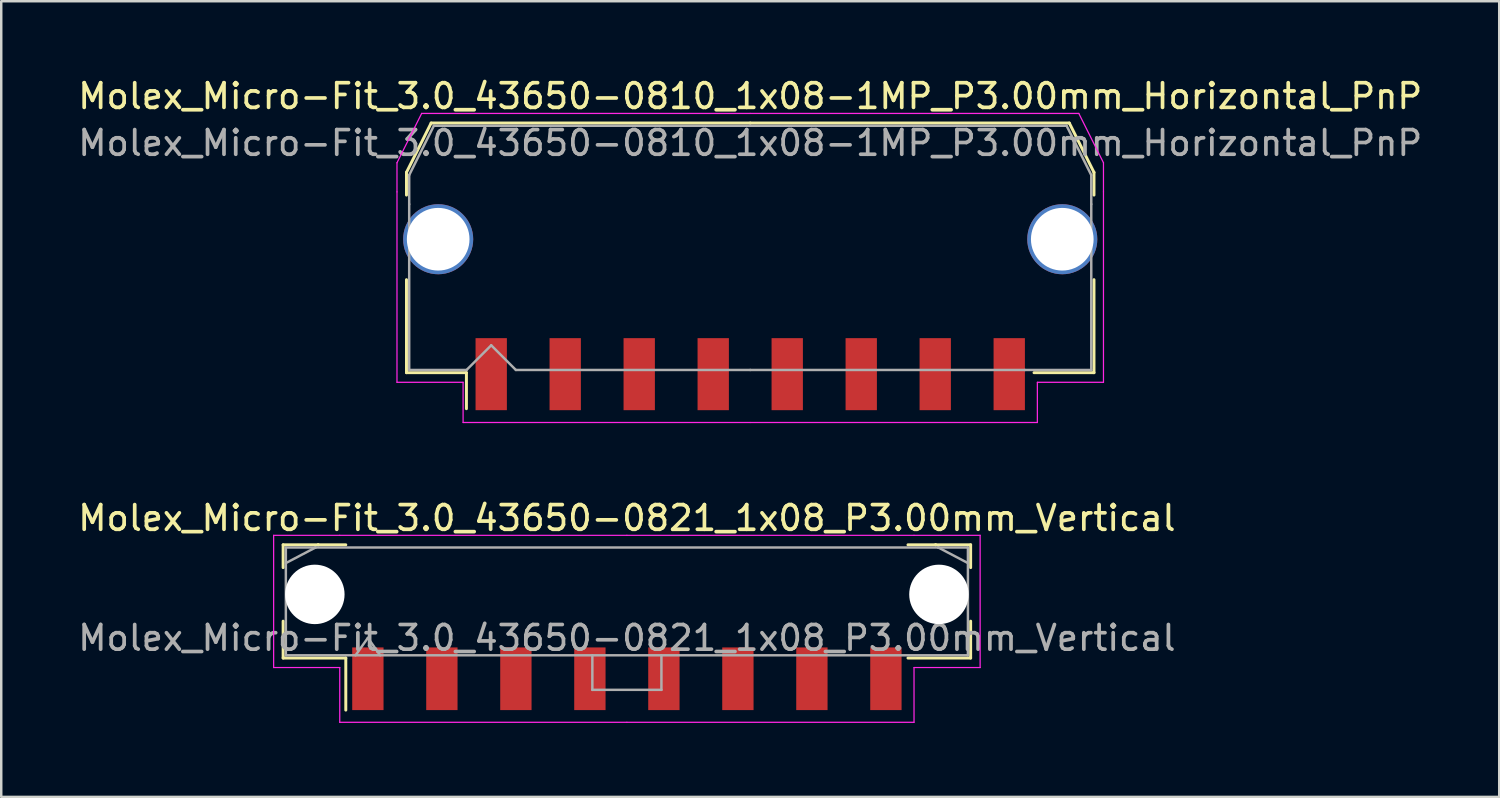
<source format=kicad_pcb>
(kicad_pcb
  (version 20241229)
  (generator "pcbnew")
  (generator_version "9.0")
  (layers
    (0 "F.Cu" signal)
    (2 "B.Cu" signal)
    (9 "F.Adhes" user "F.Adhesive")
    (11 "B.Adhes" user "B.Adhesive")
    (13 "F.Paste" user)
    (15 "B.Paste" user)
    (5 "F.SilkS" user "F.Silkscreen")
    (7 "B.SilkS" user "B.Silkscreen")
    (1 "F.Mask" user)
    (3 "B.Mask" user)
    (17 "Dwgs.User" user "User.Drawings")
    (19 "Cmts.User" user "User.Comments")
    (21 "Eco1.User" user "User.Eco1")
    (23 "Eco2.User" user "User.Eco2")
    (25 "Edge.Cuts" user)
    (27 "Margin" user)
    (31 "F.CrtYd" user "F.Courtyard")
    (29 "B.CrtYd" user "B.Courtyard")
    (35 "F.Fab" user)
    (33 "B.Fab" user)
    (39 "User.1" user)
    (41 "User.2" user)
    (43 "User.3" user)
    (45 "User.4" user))
  (footprint "Molex_Micro-Fit_3.0_43650-0810_1x08-1MP_P3.00mm_Horizontal_PnP"
    (layer "F.Cu")
    (at 27.363 6.998)
    (property "Reference" "Molex_Micro-Fit_3.0_43650-0810_1x08-1MP_P3.00mm_Horizontal_PnP" (at 0 -6.15 0) (layer "F.SilkS") (effects (font (size 1 1) (thickness 0.15))))
    (attr smd)
    (fp_line (start -13.935 -3.06) (end -13.935 -2.14) (stroke (width 0.12) (type solid)) (layer "F.SilkS"))
    (fp_line (start -13.935 1.29) (end -13.935 5.06) (stroke (width 0.12) (type solid)) (layer "F.SilkS"))
    (fp_line (start -13.935 5.06) (end -11.505 5.06) (stroke (width 0.12) (type solid)) (layer "F.SilkS"))
    (fp_line (start -12.935 -5.06) (end -13.935 -3.06) (stroke (width 0.12) (type solid)) (layer "F.SilkS"))
    (fp_line (start -11.505 5.06) (end -11.505 6.52) (stroke (width 0.12) (type solid)) (layer "F.SilkS"))
    (fp_line (start 0 -5.06) (end -12.935 -5.06) (stroke (width 0.12) (type solid)) (layer "F.SilkS"))
    (fp_line (start 0 -5.06) (end 12.935 -5.06) (stroke (width 0.12) (type solid)) (layer "F.SilkS"))
    (fp_line (start 12.935 -5.06) (end 13.935 -3.06) (stroke (width 0.12) (type solid)) (layer "F.SilkS"))
    (fp_line (start 13.935 -3.06) (end 13.935 -2.14) (stroke (width 0.12) (type solid)) (layer "F.SilkS"))
    (fp_line (start 13.935 1.29) (end 13.935 5.06) (stroke (width 0.12) (type solid)) (layer "F.SilkS"))
    (fp_line (start 13.935 5.06) (end 11.505 5.06) (stroke (width 0.12) (type solid)) (layer "F.SilkS"))
    (fp_line (start -14.32 -3.45) (end -14.32 -2.27) (stroke (width 0.05) (type solid)) (layer "F.CrtYd"))
    (fp_line (start -14.32 -2.27) (end -14.32 5.45) (stroke (width 0.05) (type solid)) (layer "F.CrtYd"))
    (fp_line (start -14.32 5.45) (end -11.64 5.45) (stroke (width 0.05) (type solid)) (layer "F.CrtYd"))
    (fp_line (start -13.32 -5.45) (end -14.32 -3.45) (stroke (width 0.05) (type solid)) (layer "F.CrtYd"))
    (fp_line (start -11.64 5.45) (end -11.64 7.08) (stroke (width 0.05) (type solid)) (layer "F.CrtYd"))
    (fp_line (start -11.64 7.08) (end 0 7.08) (stroke (width 0.05) (type solid)) (layer "F.CrtYd"))
    (fp_line (start 0 -5.45) (end -13.32 -5.45) (stroke (width 0.05) (type solid)) (layer "F.CrtYd"))
    (fp_line (start 0 -5.45) (end 13.32 -5.45) (stroke (width 0.05) (type solid)) (layer "F.CrtYd"))
    (fp_line (start 11.64 5.45) (end 11.64 7.08) (stroke (width 0.05) (type solid)) (layer "F.CrtYd"))
    (fp_line (start 11.64 7.08) (end 0 7.08) (stroke (width 0.05) (type solid)) (layer "F.CrtYd"))
    (fp_line (start 13.32 -5.45) (end 14.32 -3.45) (stroke (width 0.05) (type solid)) (layer "F.CrtYd"))
    (fp_line (start 14.32 -3.45) (end 14.32 -2.27) (stroke (width 0.05) (type solid)) (layer "F.CrtYd"))
    (fp_line (start 14.32 -2.27) (end 14.32 5.45) (stroke (width 0.05) (type solid)) (layer "F.CrtYd"))
    (fp_line (start 14.32 5.45) (end 11.64 5.45) (stroke (width 0.05) (type solid)) (layer "F.CrtYd"))
    (fp_line (start -13.825 -2.95) (end -13.825 -1.77) (stroke (width 0.1) (type solid)) (layer "F.Fab"))
    (fp_line (start -13.825 -1.77) (end -13.825 4.95) (stroke (width 0.1) (type solid)) (layer "F.Fab"))
    (fp_line (start -13.825 4.95) (end -11.5 4.95) (stroke (width 0.1) (type solid)) (layer "F.Fab"))
    (fp_line (start -12.825 -4.95) (end -13.825 -2.95) (stroke (width 0.1) (type solid)) (layer "F.Fab"))
    (fp_line (start -11.5 4.95) (end -10.5 3.95) (stroke (width 0.1) (type solid)) (layer "F.Fab"))
    (fp_line (start -10.5 3.95) (end -9.5 4.95) (stroke (width 0.1) (type solid)) (layer "F.Fab"))
    (fp_line (start -9.5 4.95) (end 0 4.95) (stroke (width 0.1) (type solid)) (layer "F.Fab"))
    (fp_line (start 0 -4.95) (end -12.825 -4.95) (stroke (width 0.1) (type solid)) (layer "F.Fab"))
    (fp_line (start 0 -4.95) (end 12.825 -4.95) (stroke (width 0.1) (type solid)) (layer "F.Fab"))
    (fp_line (start 11.135 4.95) (end 0 4.95) (stroke (width 0.1) (type solid)) (layer "F.Fab"))
    (fp_line (start 12.825 -4.95) (end 13.825 -2.95) (stroke (width 0.1) (type solid)) (layer "F.Fab"))
    (fp_line (start 13.825 -2.95) (end 13.825 -1.77) (stroke (width 0.1) (type solid)) (layer "F.Fab"))
    (fp_line (start 13.825 -1.77) (end 13.825 4.95) (stroke (width 0.1) (type solid)) (layer "F.Fab"))
    (fp_line (start 13.825 4.95) (end 11.135 4.95) (stroke (width 0.1) (type solid)) (layer "F.Fab"))
    (fp_text user "${REFERENCE}" (at 0 -4.25 0) (layer "F.Fab") (effects (font (size 1 1) (thickness 0.15))))
    (pad "1" smd rect (at -10.5 5.12) (size 1.27 2.92) (layers "F.Cu" "F.Mask" "F.Paste"))
    (pad "2" smd rect (at -7.5 5.12) (size 1.27 2.92) (layers "F.Cu" "F.Mask" "F.Paste"))
    (pad "3" smd rect (at -4.5 5.12) (size 1.27 2.92) (layers "F.Cu" "F.Mask" "F.Paste"))
    (pad "4" smd rect (at -1.5 5.12) (size 1.27 2.92) (layers "F.Cu" "F.Mask" "F.Paste"))
    (pad "5" smd rect (at 1.5 5.12) (size 1.27 2.92) (layers "F.Cu" "F.Mask" "F.Paste"))
    (pad "6" smd rect (at 4.5 5.12) (size 1.27 2.92) (layers "F.Cu" "F.Mask" "F.Paste"))
    (pad "7" smd rect (at 7.5 5.12) (size 1.27 2.92) (layers "F.Cu" "F.Mask" "F.Paste"))
    (pad "8" smd rect (at 10.5 5.12) (size 1.27 2.92) (layers "F.Cu" "F.Mask" "F.Paste"))
    (pad "MP" thru_hole circle (at -12.65 -0.35) (size 2.84 2.84) (drill 2.54) (layers "*.Cu" "*.Mask"))
    (pad "MP" thru_hole circle (at 12.65 -0.35) (size 2.84 2.84) (drill 2.54) (layers "*.Cu" "*.Mask")))
  (footprint "Molex_Micro-Fit_3.0_43650-0821_1x08_P3.00mm_Vertical"
    (layer "F.Cu")
    (at 22.363 21.331)
    (property "Reference" "Molex_Micro-Fit_3.0_43650-0821_1x08_P3.00mm_Vertical" (at 0 -3.38 0) (layer "F.SilkS") (effects (font (size 1 1) (thickness 0.15))))
    (attr smd)
    (fp_line (start -13.935 -2.295) (end -12.515 -2.295) (stroke (width 0.12) (type solid)) (layer "F.SilkS"))
    (fp_line (start -13.935 -1.37) (end -13.935 -2.295) (stroke (width 0.12) (type solid)) (layer "F.SilkS"))
    (fp_line (start -13.935 0.8) (end -13.935 2.295) (stroke (width 0.12) (type solid)) (layer "F.SilkS"))
    (fp_line (start -13.935 2.295) (end -11.395 2.295) (stroke (width 0.12) (type solid)) (layer "F.SilkS"))
    (fp_line (start -12.515 -2.295) (end -12.515 -2.295) (stroke (width 0.12) (type solid)) (layer "F.SilkS"))
    (fp_line (start -12.515 -2.295) (end -11.395 -2.295) (stroke (width 0.12) (type solid)) (layer "F.SilkS"))
    (fp_line (start -11.395 2.295) (end -11.395 4.405) (stroke (width 0.12) (type solid)) (layer "F.SilkS"))
    (fp_line (start 12.515 -2.295) (end 11.395 -2.295) (stroke (width 0.12) (type solid)) (layer "F.SilkS"))
    (fp_line (start 12.515 -2.295) (end 12.515 -2.295) (stroke (width 0.12) (type solid)) (layer "F.SilkS"))
    (fp_line (start 13.935 -2.295) (end 12.515 -2.295) (stroke (width 0.12) (type solid)) (layer "F.SilkS"))
    (fp_line (start 13.935 -1.37) (end 13.935 -2.295) (stroke (width 0.12) (type solid)) (layer "F.SilkS"))
    (fp_line (start 13.935 0.8) (end 13.935 2.295) (stroke (width 0.12) (type solid)) (layer "F.SilkS"))
    (fp_line (start 13.935 2.295) (end 11.395 2.295) (stroke (width 0.12) (type solid)) (layer "F.SilkS"))
    (fp_line (start -14.32 -2.68) (end -14.32 2.68) (stroke (width 0.05) (type solid)) (layer "F.CrtYd"))
    (fp_line (start -14.32 2.68) (end -11.64 2.68) (stroke (width 0.05) (type solid)) (layer "F.CrtYd"))
    (fp_line (start -11.64 -2.68) (end -14.32 -2.68) (stroke (width 0.05) (type solid)) (layer "F.CrtYd"))
    (fp_line (start -11.64 2.68) (end -11.64 4.9) (stroke (width 0.05) (type solid)) (layer "F.CrtYd"))
    (fp_line (start -11.64 4.9) (end 0 4.9) (stroke (width 0.05) (type solid)) (layer "F.CrtYd"))
    (fp_line (start 0 -2.68) (end -11.64 -2.68) (stroke (width 0.05) (type solid)) (layer "F.CrtYd"))
    (fp_line (start 0 -2.68) (end 11.64 -2.68) (stroke (width 0.05) (type solid)) (layer "F.CrtYd"))
    (fp_line (start 11.64 -2.68) (end 14.32 -2.68) (stroke (width 0.05) (type solid)) (layer "F.CrtYd"))
    (fp_line (start 11.64 2.68) (end 11.64 4.9) (stroke (width 0.05) (type solid)) (layer "F.CrtYd"))
    (fp_line (start 11.64 4.9) (end 0 4.9) (stroke (width 0.05) (type solid)) (layer "F.CrtYd"))
    (fp_line (start 14.32 -2.68) (end 14.32 2.68) (stroke (width 0.05) (type solid)) (layer "F.CrtYd"))
    (fp_line (start 14.32 2.68) (end 11.64 2.68) (stroke (width 0.05) (type solid)) (layer "F.CrtYd"))
    (fp_line (start -13.825 -2.185) (end -13.825 2.185) (stroke (width 0.1) (type solid)) (layer "F.Fab"))
    (fp_line (start -13.825 -1.555) (end -12.625 -2.185) (stroke (width 0.1) (type solid)) (layer "F.Fab"))
    (fp_line (start -13.825 2.185) (end 13.825 2.185) (stroke (width 0.1) (type solid)) (layer "F.Fab"))
    (fp_line (start -12.625 -2.185) (end -13.825 -2.185) (stroke (width 0.1) (type solid)) (layer "F.Fab"))
    (fp_line (start -12.625 -2.185) (end -12.625 -2.185) (stroke (width 0.1) (type solid)) (layer "F.Fab"))
    (fp_line (start -11 2.185) (end -10.5 1.478) (stroke (width 0.1) (type solid)) (layer "F.Fab"))
    (fp_line (start -10.5 1.478) (end -10 2.185) (stroke (width 0.1) (type solid)) (layer "F.Fab"))
    (fp_line (start -1.4 2.185) (end -1.4 3.585) (stroke (width 0.1) (type solid)) (layer "F.Fab"))
    (fp_line (start -1.4 3.585) (end 1.4 3.585) (stroke (width 0.1) (type solid)) (layer "F.Fab"))
    (fp_line (start 1.4 3.585) (end 1.4 2.185) (stroke (width 0.1) (type solid)) (layer "F.Fab"))
    (fp_line (start 12.625 -2.185) (end -12.625 -2.185) (stroke (width 0.1) (type solid)) (layer "F.Fab"))
    (fp_line (start 12.625 -2.185) (end 12.625 -2.185) (stroke (width 0.1) (type solid)) (layer "F.Fab"))
    (fp_line (start 13.825 -2.185) (end 12.625 -2.185) (stroke (width 0.1) (type solid)) (layer "F.Fab"))
    (fp_line (start 13.825 -1.555) (end 12.625 -2.185) (stroke (width 0.1) (type solid)) (layer "F.Fab"))
    (fp_line (start 13.825 2.185) (end 13.825 -2.185) (stroke (width 0.1) (type solid)) (layer "F.Fab"))
    (fp_text user "${REFERENCE}" (at 0 1.48 0) (layer "F.Fab") (effects (font (size 1 1) (thickness 0.15))))
    (pad "" np_thru_hole circle (at -12.65 -0.285) (size 2.41 2.41) (drill 2.41) (layers "*.Cu" "*.Mask"))
    (pad "" np_thru_hole circle (at 12.65 -0.285) (size 2.41 2.41) (drill 2.41) (layers "*.Cu" "*.Mask"))
    (pad "1" smd rect (at -10.5 3.135) (size 1.27 2.54) (layers "F.Cu" "F.Mask" "F.Paste"))
    (pad "2" smd rect (at -7.5 3.135) (size 1.27 2.54) (layers "F.Cu" "F.Mask" "F.Paste"))
    (pad "3" smd rect (at -4.5 3.135) (size 1.27 2.54) (layers "F.Cu" "F.Mask" "F.Paste"))
    (pad "4" smd rect (at -1.5 3.135) (size 1.27 2.54) (layers "F.Cu" "F.Mask" "F.Paste"))
    (pad "5" smd rect (at 1.5 3.135) (size 1.27 2.54) (layers "F.Cu" "F.Mask" "F.Paste"))
    (pad "6" smd rect (at 4.5 3.135) (size 1.27 2.54) (layers "F.Cu" "F.Mask" "F.Paste"))
    (pad "7" smd rect (at 7.5 3.135) (size 1.27 2.54) (layers "F.Cu" "F.Mask" "F.Paste"))
    (pad "8" smd rect (at 10.5 3.135) (size 1.27 2.54) (layers "F.Cu" "F.Mask" "F.Paste")))
  (gr_rect
    (start -3 -3)
    (end 57.726 29.256)
    (stroke (width 0.1) (type default))
    (fill no)
    (layer "Edge.Cuts")))
</source>
